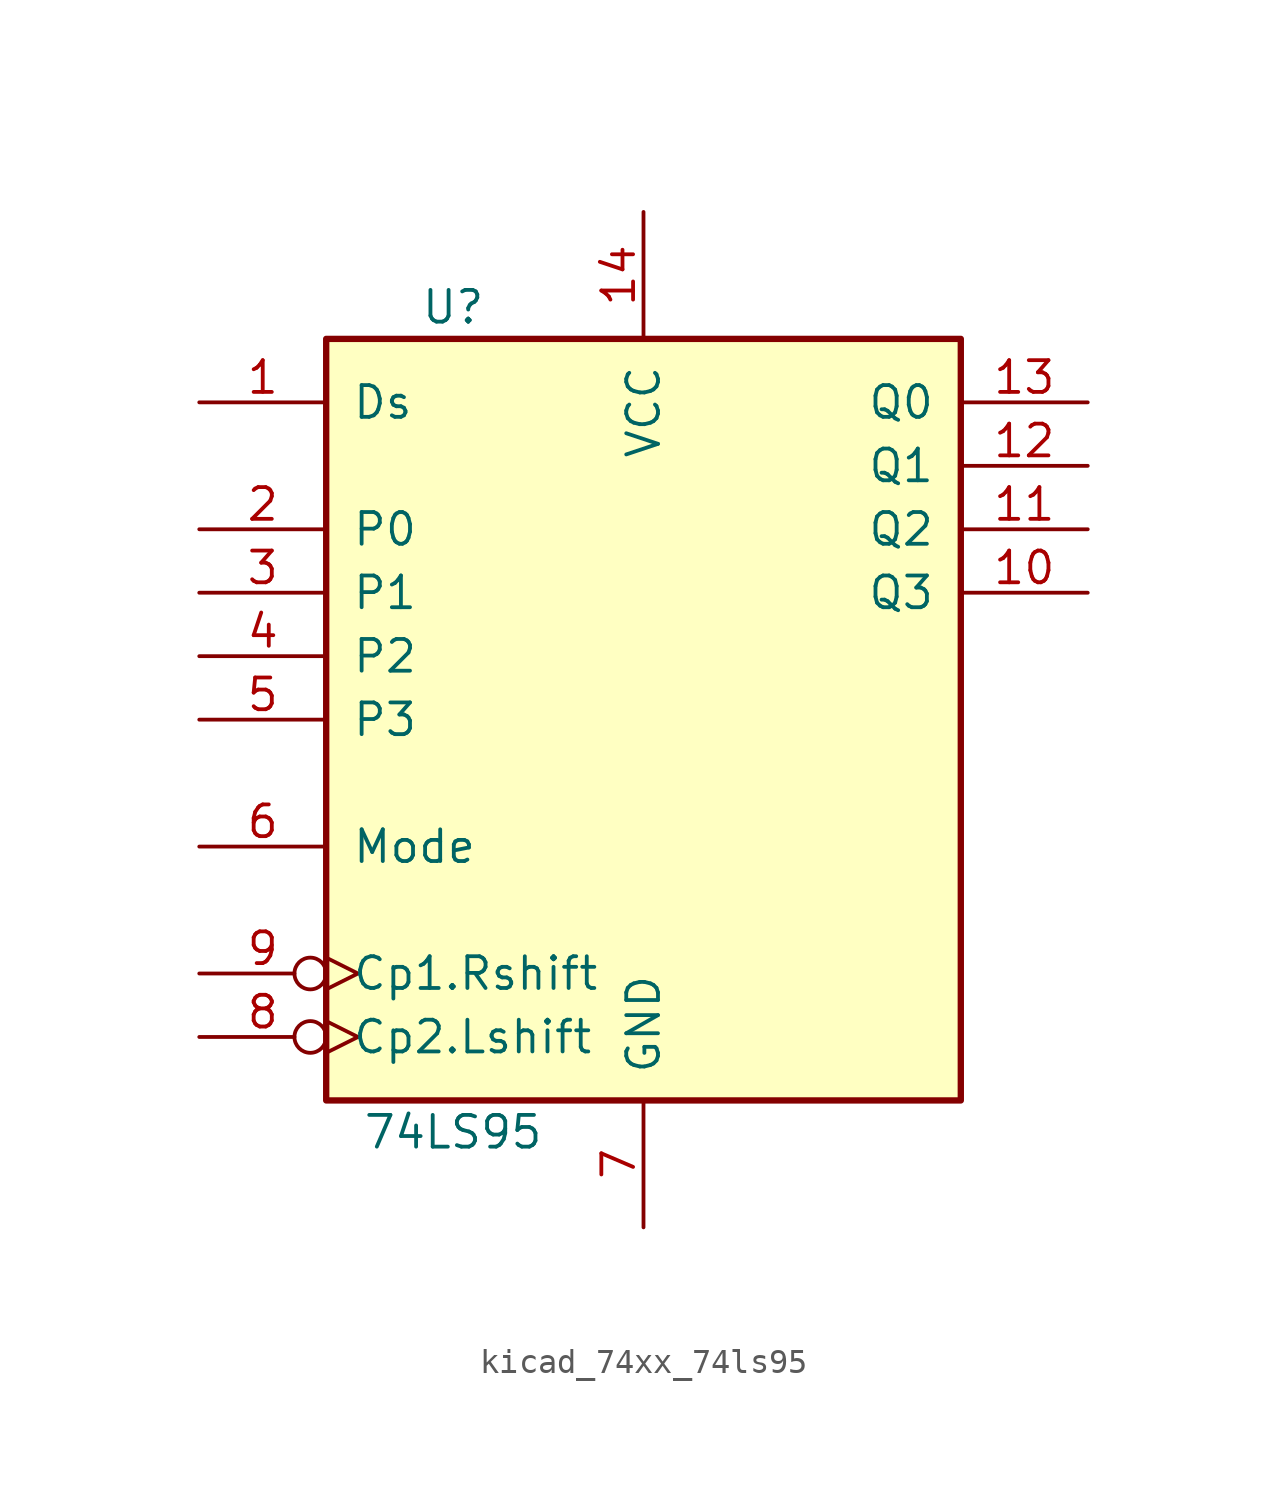
<source format=kicad_sym>
(kicad_symbol_lib
  (version 20220914)
  (generator kicad_symbol_editor)
  (symbol "kicad_74xx_74ls95"
    (pin_names
      (offset 1.016))
    (property "Reference" "U"
      (at -7.62 16.51 0)
      (effects (font (size 1.27 1.27))))
    (property "Value" "74LS95"
      (at -7.62 -16.51 0)
      (effects (font (size 1.27 1.27))))
    (property "ki_locked" ""
      (at 0 0 0)
      (effects (font (size 1.27 1.27))))
    (symbol "kicad_74xx_74ls95_1_0"
      (pin input line (at -17.78 12.7 0) (length 5.08) (name "Ds" (effects (font (size 1.27 1.27)))) (number "1" (effects (font (size 1.27 1.27)))))
      (pin output line (at 17.78 5.08 180) (length 5.08) (name "Q3" (effects (font (size 1.27 1.27)))) (number "10" (effects (font (size 1.27 1.27)))))
      (pin output line (at 17.78 7.62 180) (length 5.08) (name "Q2" (effects (font (size 1.27 1.27)))) (number "11" (effects (font (size 1.27 1.27)))))
      (pin output line (at 17.78 10.16 180) (length 5.08) (name "Q1" (effects (font (size 1.27 1.27)))) (number "12" (effects (font (size 1.27 1.27)))))
      (pin output line (at 17.78 12.7 180) (length 5.08) (name "Q0" (effects (font (size 1.27 1.27)))) (number "13" (effects (font (size 1.27 1.27)))))
      (pin power_in line (at 0 20.32 270) (length 5.08) (name "VCC" (effects (font (size 1.27 1.27)))) (number "14" (effects (font (size 1.27 1.27)))))
      (pin input line (at -17.78 7.62 0) (length 5.08) (name "P0" (effects (font (size 1.27 1.27)))) (number "2" (effects (font (size 1.27 1.27)))))
      (pin input line (at -17.78 5.08 0) (length 5.08) (name "P1" (effects (font (size 1.27 1.27)))) (number "3" (effects (font (size 1.27 1.27)))))
      (pin input line (at -17.78 2.54 0) (length 5.08) (name "P2" (effects (font (size 1.27 1.27)))) (number "4" (effects (font (size 1.27 1.27)))))
      (pin input line (at -17.78 0 0) (length 5.08) (name "P3" (effects (font (size 1.27 1.27)))) (number "5" (effects (font (size 1.27 1.27)))))
      (pin input line (at -17.78 -5.08 0) (length 5.08) (name "Mode" (effects (font (size 1.27 1.27)))) (number "6" (effects (font (size 1.27 1.27)))))
      (pin power_in line (at 0 -20.32 90) (length 5.08) (name "GND" (effects (font (size 1.27 1.27)))) (number "7" (effects (font (size 1.27 1.27)))))
      (pin input inverted_clock (at -17.78 -12.7 0) (length 5.08) (name "Cp2.Lshift" (effects (font (size 1.27 1.27)))) (number "8" (effects (font (size 1.27 1.27)))))
      (pin input inverted_clock (at -17.78 -10.16 0) (length 5.08) (name "Cp1.Rshift" (effects (font (size 1.27 1.27)))) (number "9" (effects (font (size 1.27 1.27))))))
    (symbol "kicad_74xx_74ls95_1_1"
      (rectangle (start -12.7 15.24) (end 12.7 -15.24) (stroke (width 0.254) (type default)) (fill (type background))))))
</source>
